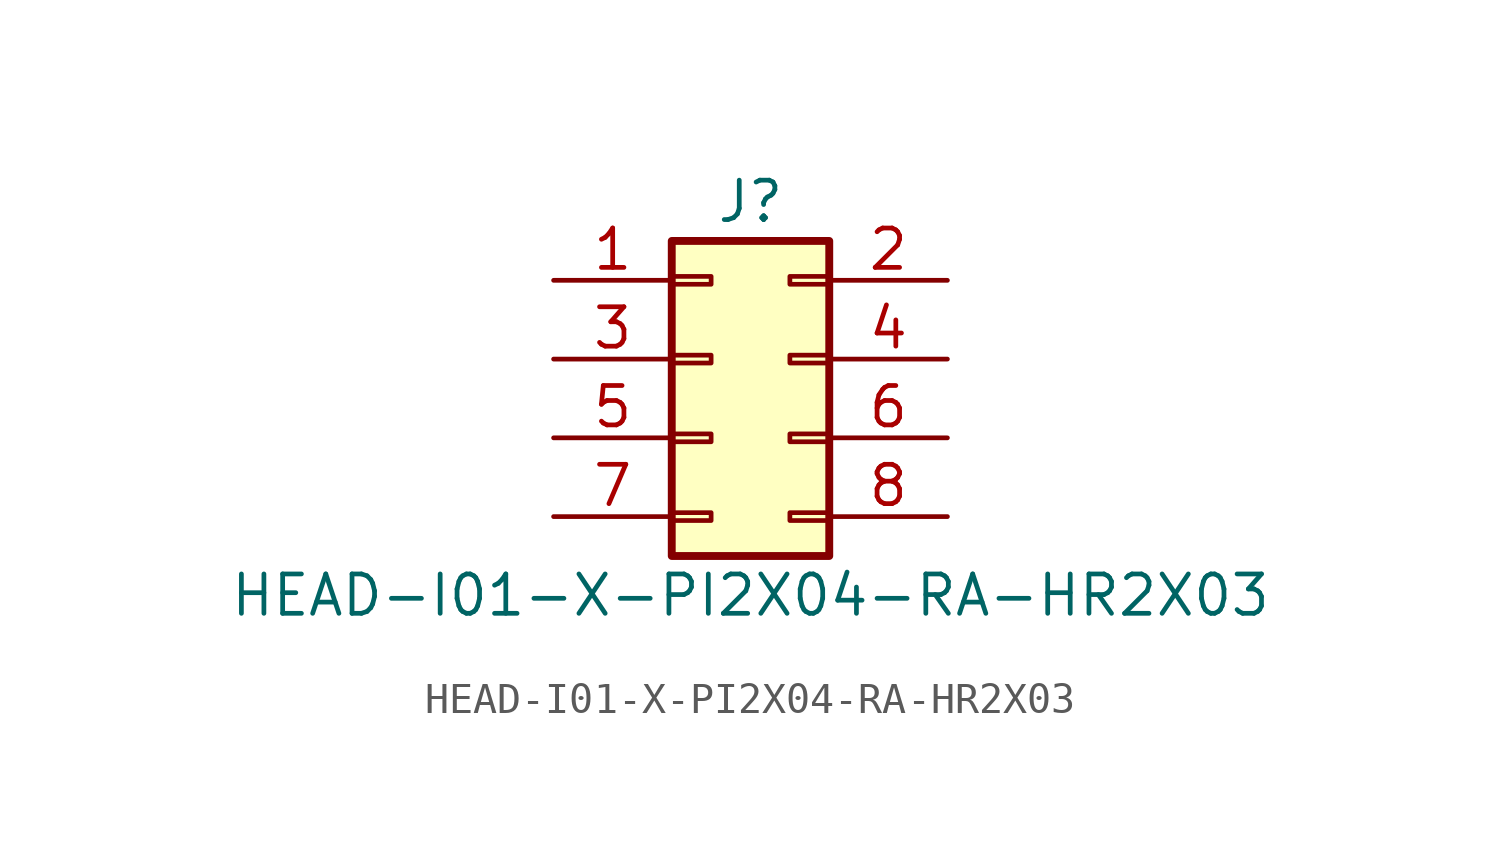
<source format=kicad_sym>
(kicad_symbol_lib
  (version 20211014)
  (generator kicad_symbol_editor)
  (symbol "HEAD-I01-X-PI2X04-RA-HR2X03"
    (pin_names
      (offset 1.016) hide)
    (property "Reference" "J"
      (at 1.27 5.08 0)
      (effects (font (size 1.27 1.27))))
    (property "Value" "HEAD-I01-X-PI2X04-RA-HR2X03"
      (at 1.27 -7.62 0)
      (effects (font (size 1.27 1.27))))
    (symbol "HEAD-I01-X-PI2X04-RA-HR2X03_1_1"
      (rectangle (start -1.27 -4.953) (end 0 -5.207) (stroke (width 0.152) (type default) (color 0 0 0 0)) (fill (type none)))
      (rectangle (start -1.27 -2.413) (end 0 -2.667) (stroke (width 0.152) (type default) (color 0 0 0 0)) (fill (type none)))
      (rectangle (start -1.27 0.127) (end 0 -0.127) (stroke (width 0.152) (type default) (color 0 0 0 0)) (fill (type none)))
      (rectangle (start -1.27 2.667) (end 0 2.413) (stroke (width 0.152) (type default) (color 0 0 0 0)) (fill (type none)))
      (rectangle (start -1.27 3.81) (end 3.81 -6.35) (stroke (width 0.254) (type default) (color 0 0 0 0)) (fill (type background)))
      (rectangle (start 3.81 -4.953) (end 2.54 -5.207) (stroke (width 0.152) (type default) (color 0 0 0 0)) (fill (type none)))
      (rectangle (start 3.81 -2.413) (end 2.54 -2.667) (stroke (width 0.152) (type default) (color 0 0 0 0)) (fill (type none)))
      (rectangle (start 3.81 0.127) (end 2.54 -0.127) (stroke (width 0.152) (type default) (color 0 0 0 0)) (fill (type none)))
      (rectangle (start 3.81 2.667) (end 2.54 2.413) (stroke (width 0.152) (type default) (color 0 0 0 0)) (fill (type none)))
      (pin passive line (at -5.08 2.54 0) (length 3.81) (name "Pin_1" (effects (font (size 1.27 1.27)))) (number "1" (effects (font (size 1.27 1.27)))))
      (pin passive line (at 7.62 2.54 180) (length 3.81) (name "Pin_2" (effects (font (size 1.27 1.27)))) (number "2" (effects (font (size 1.27 1.27)))))
      (pin passive line (at -5.08 0 0) (length 3.81) (name "Pin_3" (effects (font (size 1.27 1.27)))) (number "3" (effects (font (size 1.27 1.27)))))
      (pin passive line (at 7.62 0 180) (length 3.81) (name "Pin_4" (effects (font (size 1.27 1.27)))) (number "4" (effects (font (size 1.27 1.27)))))
      (pin passive line (at -5.08 -2.54 0) (length 3.81) (name "Pin_5" (effects (font (size 1.27 1.27)))) (number "5" (effects (font (size 1.27 1.27)))))
      (pin passive line (at 7.62 -2.54 180) (length 3.81) (name "Pin_6" (effects (font (size 1.27 1.27)))) (number "6" (effects (font (size 1.27 1.27)))))
      (pin passive line (at -5.08 -5.08 0) (length 3.81) (name "Pin_7" (effects (font (size 1.27 1.27)))) (number "7" (effects (font (size 1.27 1.27)))))
      (pin passive line (at 7.62 -5.08 180) (length 3.81) (name "Pin_8" (effects (font (size 1.27 1.27)))) (number "8" (effects (font (size 1.27 1.27))))))))
</source>
